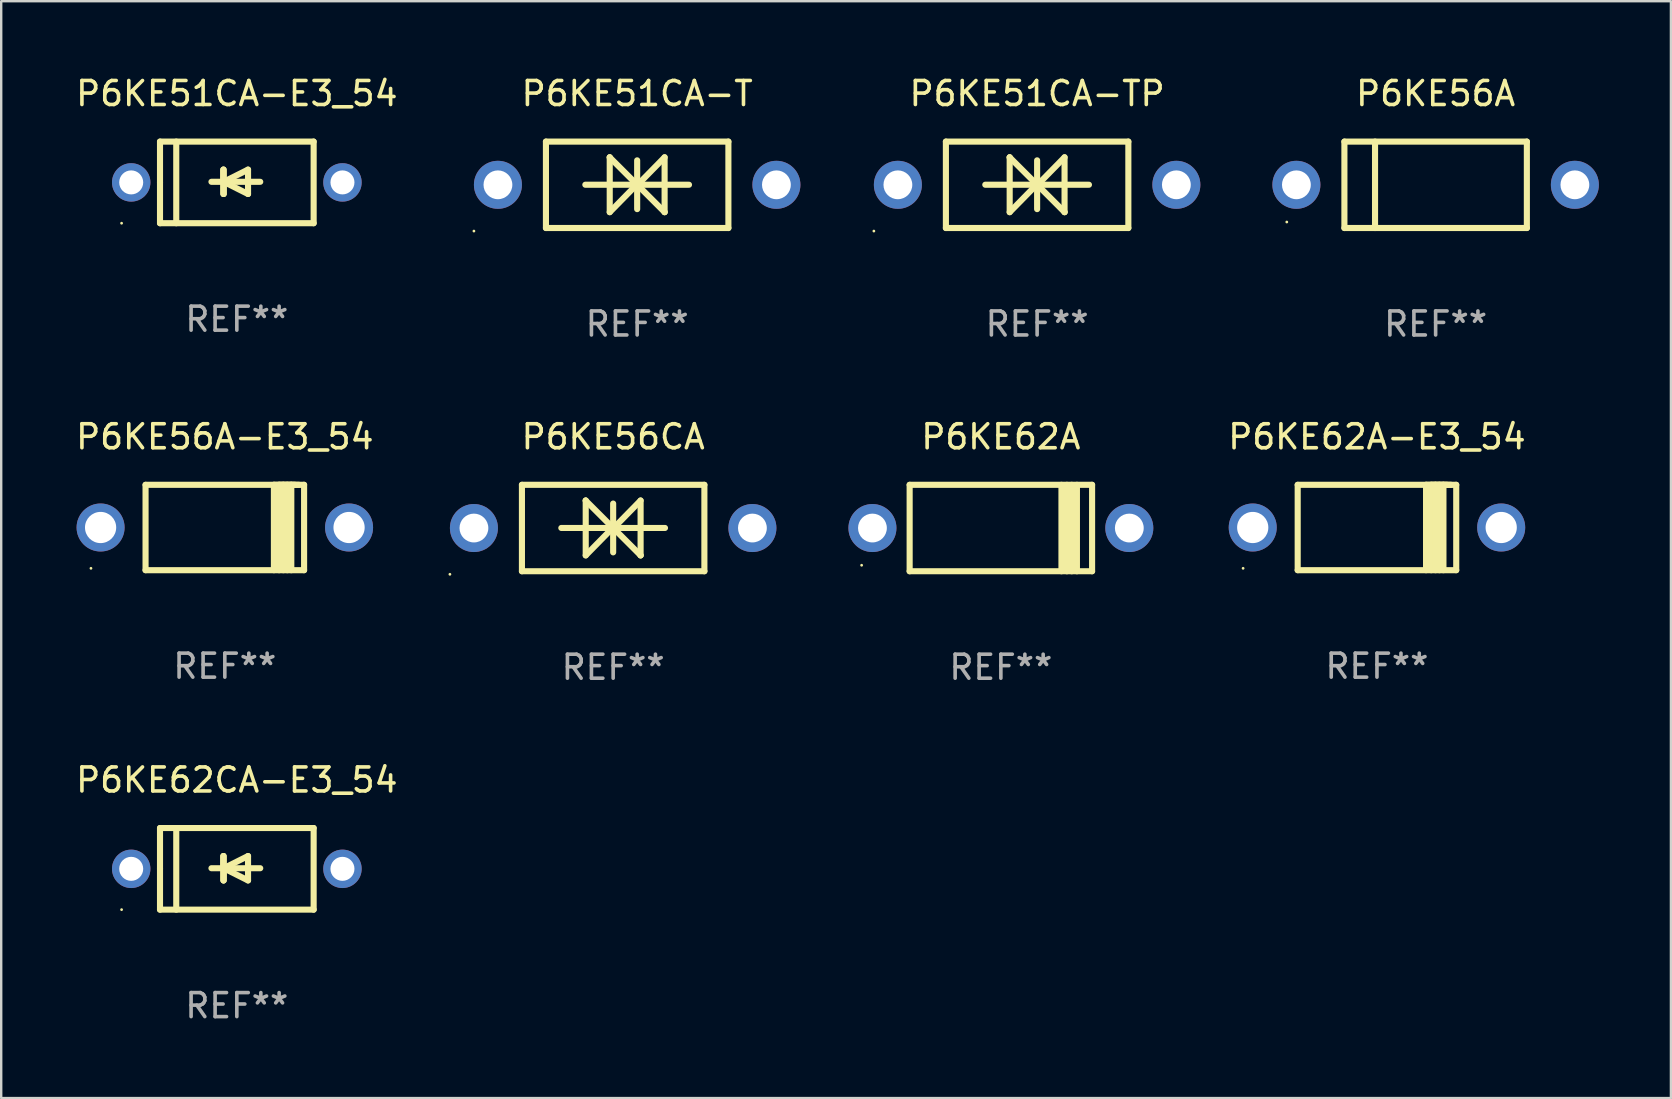
<source format=kicad_pcb>
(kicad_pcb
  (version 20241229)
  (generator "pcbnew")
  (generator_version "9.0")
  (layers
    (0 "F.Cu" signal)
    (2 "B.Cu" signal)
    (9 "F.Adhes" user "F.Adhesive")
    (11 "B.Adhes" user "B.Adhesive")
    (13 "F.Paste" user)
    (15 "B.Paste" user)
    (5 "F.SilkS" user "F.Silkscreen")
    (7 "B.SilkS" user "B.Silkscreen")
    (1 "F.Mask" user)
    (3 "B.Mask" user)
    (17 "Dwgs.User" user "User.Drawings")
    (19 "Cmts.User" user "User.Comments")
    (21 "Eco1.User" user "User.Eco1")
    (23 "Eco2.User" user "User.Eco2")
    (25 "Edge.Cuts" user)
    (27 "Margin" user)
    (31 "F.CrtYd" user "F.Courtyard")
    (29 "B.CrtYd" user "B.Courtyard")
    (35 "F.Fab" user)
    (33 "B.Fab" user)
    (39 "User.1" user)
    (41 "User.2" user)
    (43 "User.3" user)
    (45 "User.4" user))
  (footprint "P6KE62CA-E3_54"
    (layer "F.Cu")
    (at 6.815 33.141)
    (property "Reference" "P6KE62CA-E3_54" (at 0 -3.7 0) (layer "F.SilkS") (effects (font (size 1 1) (thickness 0.15))))
    (attr through_hole)
    (fp_line (start -3.2 -1.7) (end 3.2 -1.7) (stroke (width 0.254) (type solid)) (layer "F.SilkS"))
    (fp_line (start -3.2 0) (end -3.2 -1.7) (stroke (width 0.254) (type solid)) (layer "F.SilkS"))
    (fp_line (start -3.2 1.7) (end -3.2 0) (stroke (width 0.254) (type solid)) (layer "F.SilkS"))
    (fp_line (start -2.523 -1.7) (end -2.523 1.7) (stroke (width 0.254) (type solid)) (layer "F.SilkS"))
    (fp_line (start -0.561 -0.533) (end -0.561 0.483) (stroke (width 0.254) (type solid)) (layer "F.SilkS"))
    (fp_line (start -0.561 -0.025) (end -0.561 -0.533) (stroke (width 0.254) (type solid)) (layer "F.SilkS"))
    (fp_line (start -0.549 -0.025) (end -0.549 0.483) (stroke (width 0.254) (type solid)) (layer "F.SilkS"))
    (fp_line (start -0.549 -0.025) (end 0.467 0.483) (stroke (width 0.254) (type solid)) (layer "F.SilkS"))
    (fp_line (start -0.549 0.483) (end -0.549 -0.533) (stroke (width 0.254) (type solid)) (layer "F.SilkS"))
    (fp_line (start 0.467 -0.533) (end -0.549 -0.025) (stroke (width 0.254) (type solid)) (layer "F.SilkS"))
    (fp_line (start 0.467 0.483) (end 0.467 -0.533) (stroke (width 0.254) (type solid)) (layer "F.SilkS"))
    (fp_line (start 0.975 -0.025) (end -1.057 -0.025) (stroke (width 0.254) (type solid)) (layer "F.SilkS"))
    (fp_line (start 3.2 -1.7) (end 3.2 1.7) (stroke (width 0.254) (type solid)) (layer "F.SilkS"))
    (fp_line (start 3.2 1.7) (end -3.2 1.7) (stroke (width 0.254) (type solid)) (layer "F.SilkS"))
    (fp_circle (center -4.8 1.7) (end -4.77 1.7) (stroke (width 0.06) (type solid)) (fill no) (layer "F.SilkS"))
    (fp_text user "REF**" (at 0 5.7 0) (layer "F.Fab") (effects (font (size 1 1) (thickness 0.15))))
    (pad "1" thru_hole circle (at -4.4 0) (size 1.6 1.6) (drill 1) (layers "*.Cu" "*.Mask"))
    (pad "2" thru_hole circle (at 4.4 0) (size 1.6 1.6) (drill 1) (layers "*.Cu" "*.Mask")))
  (footprint "P6KE56CA"
    (layer "F.Cu")
    (at 22.491 18.945)
    (property "Reference" "P6KE56CA" (at 0 -3.8 0) (layer "F.SilkS") (effects (font (size 1 1) (thickness 0.15))))
    (attr through_hole)
    (fp_line (start -3.8 -1.8) (end -3.8 1.8) (stroke (width 0.254) (type solid)) (layer "F.SilkS"))
    (fp_line (start -3.8 -1.8) (end 3.8 -1.8) (stroke (width 0.254) (type solid)) (layer "F.SilkS"))
    (fp_line (start -3.8 1.8) (end 3.8 1.8) (stroke (width 0.254) (type solid)) (layer "F.SilkS"))
    (fp_line (start -2.159 -0.003) (end 2.159 -0.003) (stroke (width 0.254) (type solid)) (layer "F.SilkS"))
    (fp_line (start -1.143 -1.146) (end -1.143 1.14) (stroke (width 0.254) (type solid)) (layer "F.SilkS"))
    (fp_line (start -1.143 -1.143) (end -1.143 -1.146) (stroke (width 0.254) (type solid)) (layer "F.SilkS"))
    (fp_line (start 0 -1.019) (end 0 1.013) (stroke (width 0.254) (type solid)) (layer "F.SilkS"))
    (fp_line (start 0 -0.026) (end -1.143 1.14) (stroke (width 0.254) (type solid)) (layer "F.SilkS"))
    (fp_line (start 0 -0.006) (end 1.143 1.137) (stroke (width 0.254) (type solid)) (layer "F.SilkS"))
    (fp_line (start 0 0) (end -1.143 -1.143) (stroke (width 0.254) (type solid)) (layer "F.SilkS"))
    (fp_line (start 0 0.02) (end 1.143 -1.146) (stroke (width 0.254) (type solid)) (layer "F.SilkS"))
    (fp_line (start 1.143 1.137) (end 1.143 1.14) (stroke (width 0.254) (type solid)) (layer "F.SilkS"))
    (fp_line (start 1.143 1.14) (end 1.143 -1.146) (stroke (width 0.254) (type solid)) (layer "F.SilkS"))
    (fp_line (start 3.8 -1.8) (end 3.8 1.8) (stroke (width 0.254) (type solid)) (layer "F.SilkS"))
    (fp_circle (center -6.8 1.927) (end -6.77 1.927) (stroke (width 0.06) (type solid)) (fill no) (layer "F.SilkS"))
    (fp_text user "REF**" (at 0 5.8 0) (layer "F.Fab") (effects (font (size 1 1) (thickness 0.15))))
    (pad "1" thru_hole circle (at -5.8 0) (size 2 2) (drill 1.2) (layers "*.Cu" "*.Mask"))
    (pad "2" thru_hole circle (at 5.8 0) (size 2 2) (drill 1.2) (layers "*.Cu" "*.Mask")))
  (footprint "P6KE56A-E3_54"
    (layer "F.Cu")
    (at 6.315 18.923)
    (property "Reference" "P6KE56A-E3_54" (at 0 -3.778 0) (layer "F.SilkS") (effects (font (size 1 1) (thickness 0.15))))
    (attr through_hole)
    (fp_line (start -3.302 -1.778) (end -3.302 1.778) (stroke (width 0.254) (type solid)) (layer "F.SilkS"))
    (fp_line (start -3.302 1.778) (end 3.302 1.778) (stroke (width 0.254) (type solid)) (layer "F.SilkS"))
    (fp_line (start 2.045 -1.778) (end 2.045 1.778) (stroke (width 0.254) (type solid)) (layer "F.SilkS"))
    (fp_line (start 2.261 -1.778) (end 2.261 1.778) (stroke (width 0.254) (type solid)) (layer "F.SilkS"))
    (fp_line (start 2.421 -1.778) (end 2.045 -1.778) (stroke (width 0.254) (type solid)) (layer "F.SilkS"))
    (fp_line (start 2.439 -1.778) (end 2.439 1.778) (stroke (width 0.254) (type solid)) (layer "F.SilkS"))
    (fp_line (start 2.579 -1.778) (end 2.261 -1.778) (stroke (width 0.254) (type solid)) (layer "F.SilkS"))
    (fp_line (start 2.604 -1.778) (end 2.604 1.778) (stroke (width 0.254) (type solid)) (layer "F.SilkS"))
    (fp_line (start 2.757 -1.778) (end 2.439 -1.778) (stroke (width 0.254) (type solid)) (layer "F.SilkS"))
    (fp_line (start 2.769 -1.778) (end 2.769 1.778) (stroke (width 0.254) (type solid)) (layer "F.SilkS"))
    (fp_line (start 2.922 -1.778) (end 2.604 -1.778) (stroke (width 0.254) (type solid)) (layer "F.SilkS"))
    (fp_line (start 3.087 -1.778) (end 2.769 -1.778) (stroke (width 0.254) (type solid)) (layer "F.SilkS"))
    (fp_line (start 3.302 -1.778) (end -3.302 -1.778) (stroke (width 0.254) (type solid)) (layer "F.SilkS"))
    (fp_line (start 3.302 1.778) (end 3.302 -1.778) (stroke (width 0.254) (type solid)) (layer "F.SilkS"))
    (fp_circle (center -5.576 1.7) (end -5.546 1.7) (stroke (width 0.06) (type solid)) (fill no) (layer "F.SilkS"))
    (fp_text user "REF**" (at 0 5.778 0) (layer "F.Fab") (effects (font (size 1 1) (thickness 0.15))))
    (pad "1" thru_hole circle (at -5.175 0) (size 2 2) (drill 1.3) (layers "*.Cu" "*.Mask"))
    (pad "2" thru_hole circle (at 5.175 0) (size 2 2) (drill 1.3) (layers "*.Cu" "*.Mask")))
  (footprint "P6KE51CA-TP"
    (layer "F.Cu")
    (at 40.151 4.648)
    (property "Reference" "P6KE51CA-TP" (at 0 -3.8 0) (layer "F.SilkS") (effects (font (size 1 1) (thickness 0.15))))
    (attr through_hole)
    (fp_line (start -3.8 -1.8) (end -3.8 1.8) (stroke (width 0.254) (type solid)) (layer "F.SilkS"))
    (fp_line (start -3.8 -1.8) (end 3.8 -1.8) (stroke (width 0.254) (type solid)) (layer "F.SilkS"))
    (fp_line (start -3.8 1.8) (end 3.8 1.8) (stroke (width 0.254) (type solid)) (layer "F.SilkS"))
    (fp_line (start -2.159 -0.003) (end 2.159 -0.003) (stroke (width 0.254) (type solid)) (layer "F.SilkS"))
    (fp_line (start -1.143 -1.146) (end -1.143 1.14) (stroke (width 0.254) (type solid)) (layer "F.SilkS"))
    (fp_line (start -1.143 -1.143) (end -1.143 -1.146) (stroke (width 0.254) (type solid)) (layer "F.SilkS"))
    (fp_line (start 0 -1.019) (end 0 1.013) (stroke (width 0.254) (type solid)) (layer "F.SilkS"))
    (fp_line (start 0 -0.026) (end -1.143 1.14) (stroke (width 0.254) (type solid)) (layer "F.SilkS"))
    (fp_line (start 0 -0.006) (end 1.143 1.137) (stroke (width 0.254) (type solid)) (layer "F.SilkS"))
    (fp_line (start 0 0) (end -1.143 -1.143) (stroke (width 0.254) (type solid)) (layer "F.SilkS"))
    (fp_line (start 0 0.02) (end 1.143 -1.146) (stroke (width 0.254) (type solid)) (layer "F.SilkS"))
    (fp_line (start 1.143 1.137) (end 1.143 1.14) (stroke (width 0.254) (type solid)) (layer "F.SilkS"))
    (fp_line (start 1.143 1.14) (end 1.143 -1.146) (stroke (width 0.254) (type solid)) (layer "F.SilkS"))
    (fp_line (start 3.8 -1.8) (end 3.8 1.8) (stroke (width 0.254) (type solid)) (layer "F.SilkS"))
    (fp_circle (center -6.8 1.927) (end -6.77 1.927) (stroke (width 0.06) (type solid)) (fill no) (layer "F.SilkS"))
    (fp_text user "REF**" (at 0 5.8 0) (layer "F.Fab") (effects (font (size 1 1) (thickness 0.15))))
    (pad "1" thru_hole circle (at -5.8 0) (size 2 2) (drill 1.2) (layers "*.Cu" "*.Mask"))
    (pad "2" thru_hole circle (at 5.8 0) (size 2 2) (drill 1.2) (layers "*.Cu" "*.Mask")))
  (footprint "P6KE62A-E3_54"
    (layer "F.Cu")
    (at 54.307 18.923)
    (property "Reference" "P6KE62A-E3_54" (at 0 -3.778 0) (layer "F.SilkS") (effects (font (size 1 1) (thickness 0.15))))
    (attr through_hole)
    (fp_line (start -3.302 -1.778) (end -3.302 1.778) (stroke (width 0.254) (type solid)) (layer "F.SilkS"))
    (fp_line (start -3.302 1.778) (end 3.302 1.778) (stroke (width 0.254) (type solid)) (layer "F.SilkS"))
    (fp_line (start 2.045 -1.778) (end 2.045 1.778) (stroke (width 0.254) (type solid)) (layer "F.SilkS"))
    (fp_line (start 2.261 -1.778) (end 2.261 1.778) (stroke (width 0.254) (type solid)) (layer "F.SilkS"))
    (fp_line (start 2.421 -1.778) (end 2.045 -1.778) (stroke (width 0.254) (type solid)) (layer "F.SilkS"))
    (fp_line (start 2.439 -1.778) (end 2.439 1.778) (stroke (width 0.254) (type solid)) (layer "F.SilkS"))
    (fp_line (start 2.579 -1.778) (end 2.261 -1.778) (stroke (width 0.254) (type solid)) (layer "F.SilkS"))
    (fp_line (start 2.604 -1.778) (end 2.604 1.778) (stroke (width 0.254) (type solid)) (layer "F.SilkS"))
    (fp_line (start 2.757 -1.778) (end 2.439 -1.778) (stroke (width 0.254) (type solid)) (layer "F.SilkS"))
    (fp_line (start 2.769 -1.778) (end 2.769 1.778) (stroke (width 0.254) (type solid)) (layer "F.SilkS"))
    (fp_line (start 2.922 -1.778) (end 2.604 -1.778) (stroke (width 0.254) (type solid)) (layer "F.SilkS"))
    (fp_line (start 3.087 -1.778) (end 2.769 -1.778) (stroke (width 0.254) (type solid)) (layer "F.SilkS"))
    (fp_line (start 3.302 -1.778) (end -3.302 -1.778) (stroke (width 0.254) (type solid)) (layer "F.SilkS"))
    (fp_line (start 3.302 1.778) (end 3.302 -1.778) (stroke (width 0.254) (type solid)) (layer "F.SilkS"))
    (fp_circle (center -5.576 1.7) (end -5.546 1.7) (stroke (width 0.06) (type solid)) (fill no) (layer "F.SilkS"))
    (fp_text user "REF**" (at 0 5.778 0) (layer "F.Fab") (effects (font (size 1 1) (thickness 0.15))))
    (pad "1" thru_hole circle (at -5.175 0) (size 2 2) (drill 1.3) (layers "*.Cu" "*.Mask"))
    (pad "2" thru_hole circle (at 5.175 0) (size 2 2) (drill 1.3) (layers "*.Cu" "*.Mask")))
  (footprint "P6KE51CA-T"
    (layer "F.Cu")
    (at 23.491 4.648)
    (property "Reference" "P6KE51CA-T" (at 0 -3.8 0) (layer "F.SilkS") (effects (font (size 1 1) (thickness 0.15))))
    (attr through_hole)
    (fp_line (start -3.8 -1.8) (end -3.8 1.8) (stroke (width 0.254) (type solid)) (layer "F.SilkS"))
    (fp_line (start -3.8 -1.8) (end 3.8 -1.8) (stroke (width 0.254) (type solid)) (layer "F.SilkS"))
    (fp_line (start -3.8 1.8) (end 3.8 1.8) (stroke (width 0.254) (type solid)) (layer "F.SilkS"))
    (fp_line (start -2.159 -0.003) (end 2.159 -0.003) (stroke (width 0.254) (type solid)) (layer "F.SilkS"))
    (fp_line (start -1.143 -1.146) (end -1.143 1.14) (stroke (width 0.254) (type solid)) (layer "F.SilkS"))
    (fp_line (start -1.143 -1.143) (end -1.143 -1.146) (stroke (width 0.254) (type solid)) (layer "F.SilkS"))
    (fp_line (start 0 -1.019) (end 0 1.013) (stroke (width 0.254) (type solid)) (layer "F.SilkS"))
    (fp_line (start 0 -0.026) (end -1.143 1.14) (stroke (width 0.254) (type solid)) (layer "F.SilkS"))
    (fp_line (start 0 -0.006) (end 1.143 1.137) (stroke (width 0.254) (type solid)) (layer "F.SilkS"))
    (fp_line (start 0 0) (end -1.143 -1.143) (stroke (width 0.254) (type solid)) (layer "F.SilkS"))
    (fp_line (start 0 0.02) (end 1.143 -1.146) (stroke (width 0.254) (type solid)) (layer "F.SilkS"))
    (fp_line (start 1.143 1.137) (end 1.143 1.14) (stroke (width 0.254) (type solid)) (layer "F.SilkS"))
    (fp_line (start 1.143 1.14) (end 1.143 -1.146) (stroke (width 0.254) (type solid)) (layer "F.SilkS"))
    (fp_line (start 3.8 -1.8) (end 3.8 1.8) (stroke (width 0.254) (type solid)) (layer "F.SilkS"))
    (fp_circle (center -6.8 1.927) (end -6.77 1.927) (stroke (width 0.06) (type solid)) (fill no) (layer "F.SilkS"))
    (fp_text user "REF**" (at 0 5.8 0) (layer "F.Fab") (effects (font (size 1 1) (thickness 0.15))))
    (pad "1" thru_hole circle (at -5.8 0) (size 2 2) (drill 1.2) (layers "*.Cu" "*.Mask"))
    (pad "2" thru_hole circle (at 5.8 0) (size 2 2) (drill 1.2) (layers "*.Cu" "*.Mask")))
  (footprint "P6KE62A"
    (layer "F.Cu")
    (at 38.641 18.945)
    (property "Reference" "P6KE62A" (at 0 -3.8 0) (layer "F.SilkS") (effects (font (size 1 1) (thickness 0.15))))
    (attr through_hole)
    (fp_line (start -3.8 1.8) (end -3.8 -1.8) (stroke (width 0.254) (type solid)) (layer "F.SilkS"))
    (fp_line (start 2.524 1.8) (end 2.524 -1.8) (stroke (width 0.254) (type solid)) (layer "F.SilkS"))
    (fp_line (start 2.75 1.8) (end 2.75 -1.8) (stroke (width 0.254) (type solid)) (layer "F.SilkS"))
    (fp_line (start 2.95 -1.8) (end 2.95 1.8) (stroke (width 0.254) (type solid)) (layer "F.SilkS"))
    (fp_line (start 3.168 -1.8) (end 3.168 1.8) (stroke (width 0.254) (type solid)) (layer "F.SilkS"))
    (fp_line (start 3.8 1.8) (end -3.8 1.8) (stroke (width 0.254) (type solid)) (layer "F.SilkS"))
    (fp_line (start 3.8 1.8) (end 3.8 -1.8) (stroke (width 0.254) (type solid)) (layer "F.SilkS"))
    (fp_line (start 3.8 -1.8) (end -3.8 -1.8) (stroke (width 0.254) (type solid)) (layer "F.SilkS"))
    (fp_circle (center -5.8 1.55) (end -5.77 1.55) (stroke (width 0.06) (type solid)) (fill no) (layer "F.SilkS"))
    (fp_text user "REF**" (at 0 5.8 0) (layer "F.Fab") (effects (font (size 1 1) (thickness 0.15))))
    (pad "1" thru_hole circle (at -5.35 0) (size 2 2) (drill 1.2) (layers "*.Cu" "*.Mask"))
    (pad "2" thru_hole circle (at 5.35 0) (size 2 2) (drill 1.2) (layers "*.Cu" "*.Mask")))
  (footprint "P6KE56A"
    (layer "F.Cu")
    (at 56.751 4.648)
    (property "Reference" "P6KE56A" (at 0 -3.8 0) (layer "F.SilkS") (effects (font (size 1 1) (thickness 0.15))))
    (attr through_hole)
    (fp_line (start -3.8 -1.8) (end -3.8 1.8) (stroke (width 0.254) (type solid)) (layer "F.SilkS"))
    (fp_line (start -3.8 -1.8) (end 3.8 -1.8) (stroke (width 0.254) (type solid)) (layer "F.SilkS"))
    (fp_line (start -3.8 1.8) (end 3.8 1.8) (stroke (width 0.254) (type solid)) (layer "F.SilkS"))
    (fp_line (start -2.524 -1.8) (end -2.524 1.8) (stroke (width 0.254) (type solid)) (layer "F.SilkS"))
    (fp_line (start 3.8 -1.8) (end 3.8 1.8) (stroke (width 0.254) (type solid)) (layer "F.SilkS"))
    (fp_circle (center -6.2 1.55) (end -6.17 1.55) (stroke (width 0.06) (type solid)) (fill no) (layer "F.SilkS"))
    (fp_text user "REF**" (at 0 5.8 0) (layer "F.Fab") (effects (font (size 1 1) (thickness 0.15))))
    (pad "1" thru_hole circle (at -5.8 0) (size 2 2) (drill 1.2) (layers "*.Cu" "*.Mask"))
    (pad "2" thru_hole circle (at 5.8 0) (size 2 2) (drill 1.2) (layers "*.Cu" "*.Mask")))
  (footprint "P6KE51CA-E3_54"
    (layer "F.Cu")
    (at 6.815 4.548)
    (property "Reference" "P6KE51CA-E3_54" (at 0 -3.7 0) (layer "F.SilkS") (effects (font (size 1 1) (thickness 0.15))))
    (attr through_hole)
    (fp_line (start -3.2 -1.7) (end 3.2 -1.7) (stroke (width 0.254) (type solid)) (layer "F.SilkS"))
    (fp_line (start -3.2 0) (end -3.2 -1.7) (stroke (width 0.254) (type solid)) (layer "F.SilkS"))
    (fp_line (start -3.2 1.7) (end -3.2 0) (stroke (width 0.254) (type solid)) (layer "F.SilkS"))
    (fp_line (start -2.523 -1.7) (end -2.523 1.7) (stroke (width 0.254) (type solid)) (layer "F.SilkS"))
    (fp_line (start -0.561 -0.533) (end -0.561 0.483) (stroke (width 0.254) (type solid)) (layer "F.SilkS"))
    (fp_line (start -0.561 -0.025) (end -0.561 -0.533) (stroke (width 0.254) (type solid)) (layer "F.SilkS"))
    (fp_line (start -0.549 -0.025) (end -0.549 0.483) (stroke (width 0.254) (type solid)) (layer "F.SilkS"))
    (fp_line (start -0.549 -0.025) (end 0.467 0.483) (stroke (width 0.254) (type solid)) (layer "F.SilkS"))
    (fp_line (start -0.549 0.483) (end -0.549 -0.533) (stroke (width 0.254) (type solid)) (layer "F.SilkS"))
    (fp_line (start 0.467 -0.533) (end -0.549 -0.025) (stroke (width 0.254) (type solid)) (layer "F.SilkS"))
    (fp_line (start 0.467 0.483) (end 0.467 -0.533) (stroke (width 0.254) (type solid)) (layer "F.SilkS"))
    (fp_line (start 0.975 -0.025) (end -1.057 -0.025) (stroke (width 0.254) (type solid)) (layer "F.SilkS"))
    (fp_line (start 3.2 -1.7) (end 3.2 1.7) (stroke (width 0.254) (type solid)) (layer "F.SilkS"))
    (fp_line (start 3.2 1.7) (end -3.2 1.7) (stroke (width 0.254) (type solid)) (layer "F.SilkS"))
    (fp_circle (center -4.8 1.7) (end -4.77 1.7) (stroke (width 0.06) (type solid)) (fill no) (layer "F.SilkS"))
    (fp_text user "REF**" (at 0 5.7 0) (layer "F.Fab") (effects (font (size 1 1) (thickness 0.15))))
    (pad "1" thru_hole circle (at -4.4 0) (size 1.6 1.6) (drill 1) (layers "*.Cu" "*.Mask"))
    (pad "2" thru_hole circle (at 4.4 0) (size 1.6 1.6) (drill 1) (layers "*.Cu" "*.Mask")))
  (gr_rect
    (start -3 -3)
    (end 66.552 42.69)
    (stroke (width 0.1) (type default))
    (fill no)
    (layer "Edge.Cuts")))
</source>
